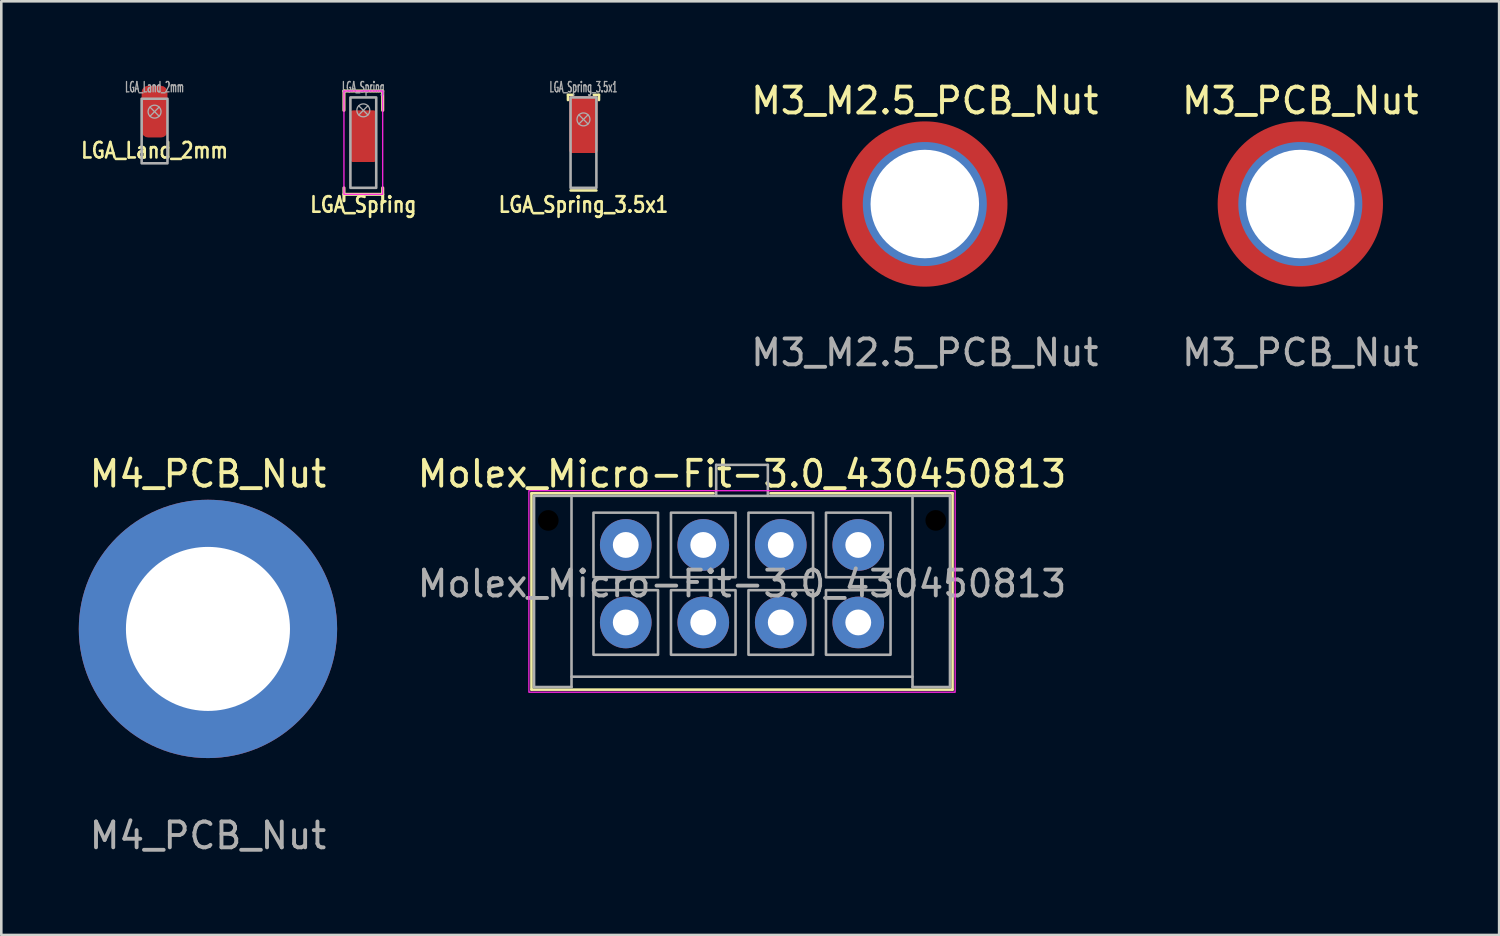
<source format=kicad_pcb>
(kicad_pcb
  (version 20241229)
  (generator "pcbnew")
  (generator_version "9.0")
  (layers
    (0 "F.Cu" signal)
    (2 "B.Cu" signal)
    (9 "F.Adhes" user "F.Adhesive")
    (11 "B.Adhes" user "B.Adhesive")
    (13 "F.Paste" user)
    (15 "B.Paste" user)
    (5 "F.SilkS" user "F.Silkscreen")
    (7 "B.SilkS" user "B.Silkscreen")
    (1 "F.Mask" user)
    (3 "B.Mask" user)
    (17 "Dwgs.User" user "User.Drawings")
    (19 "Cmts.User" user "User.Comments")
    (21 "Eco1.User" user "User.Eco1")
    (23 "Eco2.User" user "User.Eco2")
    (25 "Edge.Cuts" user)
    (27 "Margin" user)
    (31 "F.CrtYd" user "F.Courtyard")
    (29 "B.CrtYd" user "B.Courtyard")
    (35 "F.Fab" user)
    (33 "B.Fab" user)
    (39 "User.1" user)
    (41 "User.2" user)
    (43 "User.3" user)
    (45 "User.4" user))
  (footprint "M4_PCB_Nut"
    (layer "F.Cu")
    (at 5 21.295)
    (property "Reference" "M4_PCB_Nut" (at 0 -6 0) (unlocked yes) (layer "F.SilkS") (effects (font (size 1 1) (thickness 0.15))))
    (attr through_hole)
    (fp_circle (center 0 0) (end 3.1 0) (stroke (width 0) (type solid)) (fill yes) (layer "B.Mask"))
    (fp_circle (center -4 0) (end -3.2 0) (stroke (width 0) (type solid)) (fill yes) (layer "F.Paste"))
    (fp_circle (center -3.464 -2) (end -2.664 -2) (stroke (width 0) (type solid)) (fill yes) (layer "F.Paste"))
    (fp_circle (center -3.464 2) (end -2.664 2) (stroke (width 0) (type solid)) (fill yes) (layer "F.Paste"))
    (fp_circle (center -2 -3.464) (end -1.2 -3.464) (stroke (width 0) (type solid)) (fill yes) (layer "F.Paste"))
    (fp_circle (center -2 3.464) (end -1.2 3.464) (stroke (width 0) (type solid)) (fill yes) (layer "F.Paste"))
    (fp_circle (center 0 -4) (end 0.8 -4) (stroke (width 0) (type solid)) (fill yes) (layer "F.Paste"))
    (fp_circle (center 0 4) (end 0.8 4) (stroke (width 0) (type solid)) (fill yes) (layer "F.Paste"))
    (fp_circle (center 2 -3.464) (end 2.8 -3.464) (stroke (width 0) (type solid)) (fill yes) (layer "F.Paste"))
    (fp_circle (center 2 3.464) (end 2.8 3.464) (stroke (width 0) (type solid)) (fill yes) (layer "F.Paste"))
    (fp_circle (center 3.464 -2) (end 4.264 -2) (stroke (width 0) (type solid)) (fill yes) (layer "F.Paste"))
    (fp_circle (center 3.464 2) (end 4.264 2) (stroke (width 0) (type solid)) (fill yes) (layer "F.Paste"))
    (fp_circle (center 4 0) (end 4.8 0) (stroke (width 0) (type solid)) (fill yes) (layer "F.Paste"))
    (fp_text user "${REFERENCE}" (at 0 8 0) (unlocked yes) (layer "F.Fab") (effects (font (size 1 1) (thickness 0.15))))
    (pad "1" thru_hole circle (at 0 0) (size 10 10) (drill 6.35) (layers "*.Cu" "F.Mask")))
  (footprint "LGA_Spring_3.5x1"
    (layer "F.Cu")
    (at 19.536 1.572)
    (property "Reference" "LGA_Spring_3.5x1" (at 0 3.3 0) (unlocked yes) (layer "F.SilkS") (effects (font (size 0.6 0.5) (thickness 0.1))))
    (attr smd)
    (fp_line (start -0.6 -0.95) (end -0.6 -0.75) (stroke (width 0.1) (type default)) (layer "F.SilkS"))
    (fp_line (start -0.6 -0.95) (end -0.4 -0.95) (stroke (width 0.1) (type default)) (layer "F.SilkS"))
    (fp_line (start 0.5 2.75) (end -0.5 2.75) (stroke (width 0.1) (type default)) (layer "F.SilkS"))
    (fp_line (start 0.6 -0.95) (end 0.4 -0.95) (stroke (width 0.1) (type default)) (layer "F.SilkS"))
    (fp_line (start 0.6 -0.95) (end 0.6 -0.75) (stroke (width 0.1) (type default)) (layer "F.SilkS"))
    (fp_line (start -0.177 -0.177) (end 0.177 0.177) (stroke (width 0.05) (type default)) (layer "F.Fab"))
    (fp_line (start -0.177 0.177) (end 0.177 -0.177) (stroke (width 0.05) (type default)) (layer "F.Fab"))
    (fp_rect (start -0.5 -0.85) (end 0.5 2.65) (stroke (width 0.1) (type default)) (fill no) (layer "F.Fab"))
    (fp_circle (center 0 0) (end 0.177 -0.177) (stroke (width 0.05) (type default)) (fill no) (layer "F.Fab"))
    (fp_text user "${REFERENCE}" (at 0 -1.25 0) (unlocked yes) (layer "F.Fab") (effects (font (size 0.4 0.2) (thickness 0.05))))
    (pad "" smd roundrect (at 0 -0.35) (size 0.9 0.9) (layers "F.Paste") (roundrect_rratio 0.222))
    (pad "" smd roundrect (at 0 0.75) (size 0.9 0.9) (layers "F.Paste") (roundrect_rratio 0.222))
    (pad "1" smd roundrect (at 0 -0.35) (size 1.1 2.2) (drill (offset 0 0.55)) (layers "F.Cu" "F.Mask") (roundrect_rratio 0.091)))
  (footprint "LGA_Land_2mm"
    (layer "F.Cu")
    (at 2.933 1.272)
    (property "Reference" "LGA_Land_2mm" (at 0 1.5 0) (unlocked yes) (layer "F.SilkS") (effects (font (size 0.6 0.5) (thickness 0.1))))
    (attr smd)
    (fp_line (start -0.177 -0.177) (end 0.177 0.177) (stroke (width 0.05) (type default)) (layer "F.Fab"))
    (fp_line (start -0.177 0.177) (end 0.177 -0.177) (stroke (width 0.05) (type default)) (layer "F.Fab"))
    (fp_rect (start -0.5 -0.5) (end 0.5 2) (stroke (width 0.1) (type default)) (fill no) (layer "F.Fab"))
    (fp_circle (center 0 0) (end 0.177 -0.177) (stroke (width 0.05) (type default)) (fill no) (layer "F.Fab"))
    (fp_text user "${REFERENCE}" (at 0 -0.95 0) (unlocked yes) (layer "F.Fab") (effects (font (size 0.4 0.2) (thickness 0.05))))
    (pad "1" smd roundrect (at 0 0) (size 1 2) (layers "F.Cu" "F.Mask") (roundrect_rratio 0.25)))
  (footprint "M3_PCB_Nut"
    (layer "F.Cu")
    (at 47.285 4.848)
    (property "Reference" "M3_PCB_Nut" (at 0 -4 0) (unlocked yes) (layer "F.SilkS") (effects (font (size 1 1) (thickness 0.15))))
    (attr smd)
    (fp_text user "${REFERENCE}" (at 0 5.75 0) (unlocked yes) (layer "F.Fab") (effects (font (size 1 1) (thickness 0.15))))
    (pad "1" thru_hole circle (at 0 0) (size 4.8 4.8) (drill 4.2) (layers "*.Cu" "*.Mask"))
    (pad "1" smd circle (at 0 0) (size 6.4 6.4) (layers "F.Cu" "F.Mask")))
  (footprint "Molex_Micro-Fit-3.0_430450813"
    (layer "F.Cu")
    (at 25.673 19.545)
    (property "Reference" "Molex_Micro-Fit-3.0_430450813" (at 0 -4.25 0) (layer "F.SilkS") (effects (font (size 1 1) (thickness 0.15))))
    (attr through_hole)
    (fp_line (start -8.15 -3.5) (end -8.15 4.1) (stroke (width 0.1) (type default)) (layer "F.SilkS"))
    (fp_line (start -1.1 -3.5) (end -8.15 -3.5) (stroke (width 0.1) (type default)) (layer "F.SilkS"))
    (fp_line (start 1.1 -3.5) (end 8.15 -3.5) (stroke (width 0.1) (type default)) (layer "F.SilkS"))
    (fp_line (start 8.15 -3.5) (end 8.15 4.1) (stroke (width 0.1) (type default)) (layer "F.SilkS"))
    (fp_line (start 8.15 4.1) (end -8.15 4.1) (stroke (width 0.1) (type default)) (layer "F.SilkS"))
    (fp_rect (start -8.25 -3.6) (end 8.25 4.2) (stroke (width 0.05) (type default)) (fill no) (layer "F.CrtYd"))
    (fp_line (start -8.05 -3.4) (end -8.05 4) (stroke (width 0.1) (type default)) (layer "F.Fab"))
    (fp_line (start -8.05 4) (end -6.6 4) (stroke (width 0.1) (type default)) (layer "F.Fab"))
    (fp_line (start -6.6 3.6) (end 6.6 3.6) (stroke (width 0.1) (type default)) (layer "F.Fab"))
    (fp_line (start -6.6 4) (end -6.6 -3.4) (stroke (width 0.1) (type default)) (layer "F.Fab"))
    (fp_line (start -1 -4.6) (end -1 -3.4) (stroke (width 0.1) (type default)) (layer "F.Fab"))
    (fp_line (start 1 -4.6) (end -1 -4.6) (stroke (width 0.1) (type default)) (layer "F.Fab"))
    (fp_line (start 1 -3.4) (end 1 -4.6) (stroke (width 0.1) (type default)) (layer "F.Fab"))
    (fp_line (start 6.6 4) (end 6.6 -3.4) (stroke (width 0.1) (type default)) (layer "F.Fab"))
    (fp_line (start 8.05 -3.4) (end -8.05 -3.4) (stroke (width 0.1) (type default)) (layer "F.Fab"))
    (fp_line (start 8.05 -3.4) (end 8.05 4) (stroke (width 0.1) (type default)) (layer "F.Fab"))
    (fp_line (start 8.05 4) (end 6.6 4) (stroke (width 0.1) (type default)) (layer "F.Fab"))
    (fp_rect (start -5.75 -2.75) (end -3.25 -0.25) (stroke (width 0.1) (type default)) (fill no) (layer "F.Fab"))
    (fp_rect (start -5.75 0.25) (end -3.25 2.75) (stroke (width 0.1) (type default)) (fill no) (layer "F.Fab"))
    (fp_rect (start -2.75 -2.75) (end -0.25 -0.25) (stroke (width 0.1) (type default)) (fill no) (layer "F.Fab"))
    (fp_rect (start -2.75 0.25) (end -0.25 2.75) (stroke (width 0.1) (type default)) (fill no) (layer "F.Fab"))
    (fp_rect (start 0.25 -2.75) (end 2.75 -0.25) (stroke (width 0.1) (type default)) (fill no) (layer "F.Fab"))
    (fp_rect (start 0.25 0.25) (end 2.75 2.75) (stroke (width 0.1) (type default)) (fill no) (layer "F.Fab"))
    (fp_rect (start 3.25 -2.75) (end 5.75 -0.25) (stroke (width 0.1) (type default)) (fill no) (layer "F.Fab"))
    (fp_rect (start 3.25 0.25) (end 5.75 2.75) (stroke (width 0.1) (type default)) (fill no) (layer "F.Fab"))
    (fp_text user "${REFERENCE}" (at 0 0 0) (layer "F.Fab") (effects (font (size 1 1) (thickness 0.15))))
    (pad "" np_thru_hole circle (at -7.5 -2.45) (size 1.2 1.2) (drill 0.8) (layers "*.Mask"))
    (pad "" np_thru_hole circle (at 7.5 -2.45) (size 1.2 1.2) (drill 0.8) (layers "*.Mask"))
    (pad "1" thru_hole circle (at 4.5 1.5) (size 2 2) (drill 1) (layers "*.Cu" "*.Mask") (remove_unused_layers yes) (keep_end_layers yes) (zone_layer_connections))
    (pad "2" thru_hole circle (at 1.5 1.5) (size 2 2) (drill 1) (layers "*.Cu" "*.Mask") (remove_unused_layers yes) (keep_end_layers yes) (zone_layer_connections))
    (pad "3" thru_hole circle (at -1.5 1.5) (size 2 2) (drill 1) (layers "*.Cu" "*.Mask") (remove_unused_layers yes) (keep_end_layers yes) (zone_layer_connections))
    (pad "4" thru_hole circle (at -4.5 1.5) (size 2 2) (drill 1) (layers "*.Cu" "*.Mask") (remove_unused_layers yes) (keep_end_layers yes) (zone_layer_connections))
    (pad "5" thru_hole circle (at 4.5 -1.5) (size 2 2) (drill 1) (layers "*.Cu" "*.Mask") (remove_unused_layers yes) (keep_end_layers yes) (zone_layer_connections))
    (pad "6" thru_hole circle (at 1.5 -1.5) (size 2 2) (drill 1) (layers "*.Cu" "*.Mask") (remove_unused_layers yes) (keep_end_layers yes) (zone_layer_connections))
    (pad "7" thru_hole circle (at -1.5 -1.5) (size 2 2) (drill 1) (layers "*.Cu" "*.Mask") (remove_unused_layers yes) (keep_end_layers yes) (zone_layer_connections))
    (pad "8" thru_hole circle (at -4.5 -1.5) (size 2 2) (drill 1) (layers "*.Cu" "*.Mask") (remove_unused_layers yes) (keep_end_layers yes) (zone_layer_connections)))
  (footprint "M3_M2.5_PCB_Nut"
    (layer "F.Cu")
    (at 32.749 4.848)
    (property "Reference" "M3_M2.5_PCB_Nut" (at 0 -4 0) (unlocked yes) (layer "F.SilkS") (effects (font (size 1 1) (thickness 0.15))))
    (attr smd)
    (fp_text user "${REFERENCE}" (at 0 5.75 0) (unlocked yes) (layer "F.Fab") (effects (font (size 1 1) (thickness 0.15))))
    (pad "1" thru_hole circle (at 0 0) (size 4.8 4.8) (drill 4.2) (layers "*.Cu" "*.Mask"))
    (pad "1" smd circle (at 0 0) (size 6.4 6.4) (layers "F.Cu" "F.Mask")))
  (footprint "LGA_Spring"
    (layer "F.Cu")
    (at 11.014 1.222)
    (property "Reference" "LGA_Spring" (at 0 3.65 0) (unlocked yes) (layer "F.SilkS") (effects (font (size 0.6 0.5) (thickness 0.1))))
    (attr smd)
    (fp_line (start -0.75 -0.75) (end -0.75 0) (stroke (width 0.12) (type default)) (layer "F.SilkS"))
    (fp_line (start -0.75 3) (end -0.75 3.5) (stroke (width 0.12) (type default)) (layer "F.SilkS"))
    (fp_line (start -0.75 3.25) (end 0.75 3.25) (stroke (width 0.12) (type default)) (layer "F.SilkS"))
    (fp_line (start 0.75 -0.75) (end -0.75 -0.75) (stroke (width 0.12) (type default)) (layer "F.SilkS"))
    (fp_line (start 0.75 0) (end 0.75 -0.75) (stroke (width 0.12) (type default)) (layer "F.SilkS"))
    (fp_line (start 0.75 3.5) (end 0.75 3) (stroke (width 0.12) (type default)) (layer "F.SilkS"))
    (fp_rect (start 0.75 -0.75) (end -0.75 3.25) (stroke (width 0.05) (type default)) (fill no) (layer "F.CrtYd"))
    (fp_line (start -0.177 -0.177) (end 0.177 0.177) (stroke (width 0.05) (type default)) (layer "F.Fab"))
    (fp_line (start -0.177 0.177) (end 0.177 -0.177) (stroke (width 0.05) (type default)) (layer "F.Fab"))
    (fp_rect (start -0.5 -0.5) (end 0.5 3) (stroke (width 0.1) (type default)) (fill no) (layer "F.Fab"))
    (fp_circle (center 0 0) (end 0.177 -0.177) (stroke (width 0.05) (type default)) (fill no) (layer "F.Fab"))
    (fp_text user "${REFERENCE}" (at 0 -0.9 0) (unlocked yes) (layer "F.Fab") (effects (font (size 0.4 0.2) (thickness 0.05))))
    (pad "1" smd roundrect (at 0 0.5) (size 1 2) (drill (offset 0 0.5)) (layers "F.Cu" "F.Mask" "F.Paste") (roundrect_rratio 0.1)))
  (gr_rect
    (start -3 -3)
    (end 54.981 33.143)
    (stroke (width 0.1) (type default))
    (fill no)
    (layer "Edge.Cuts")))
</source>
